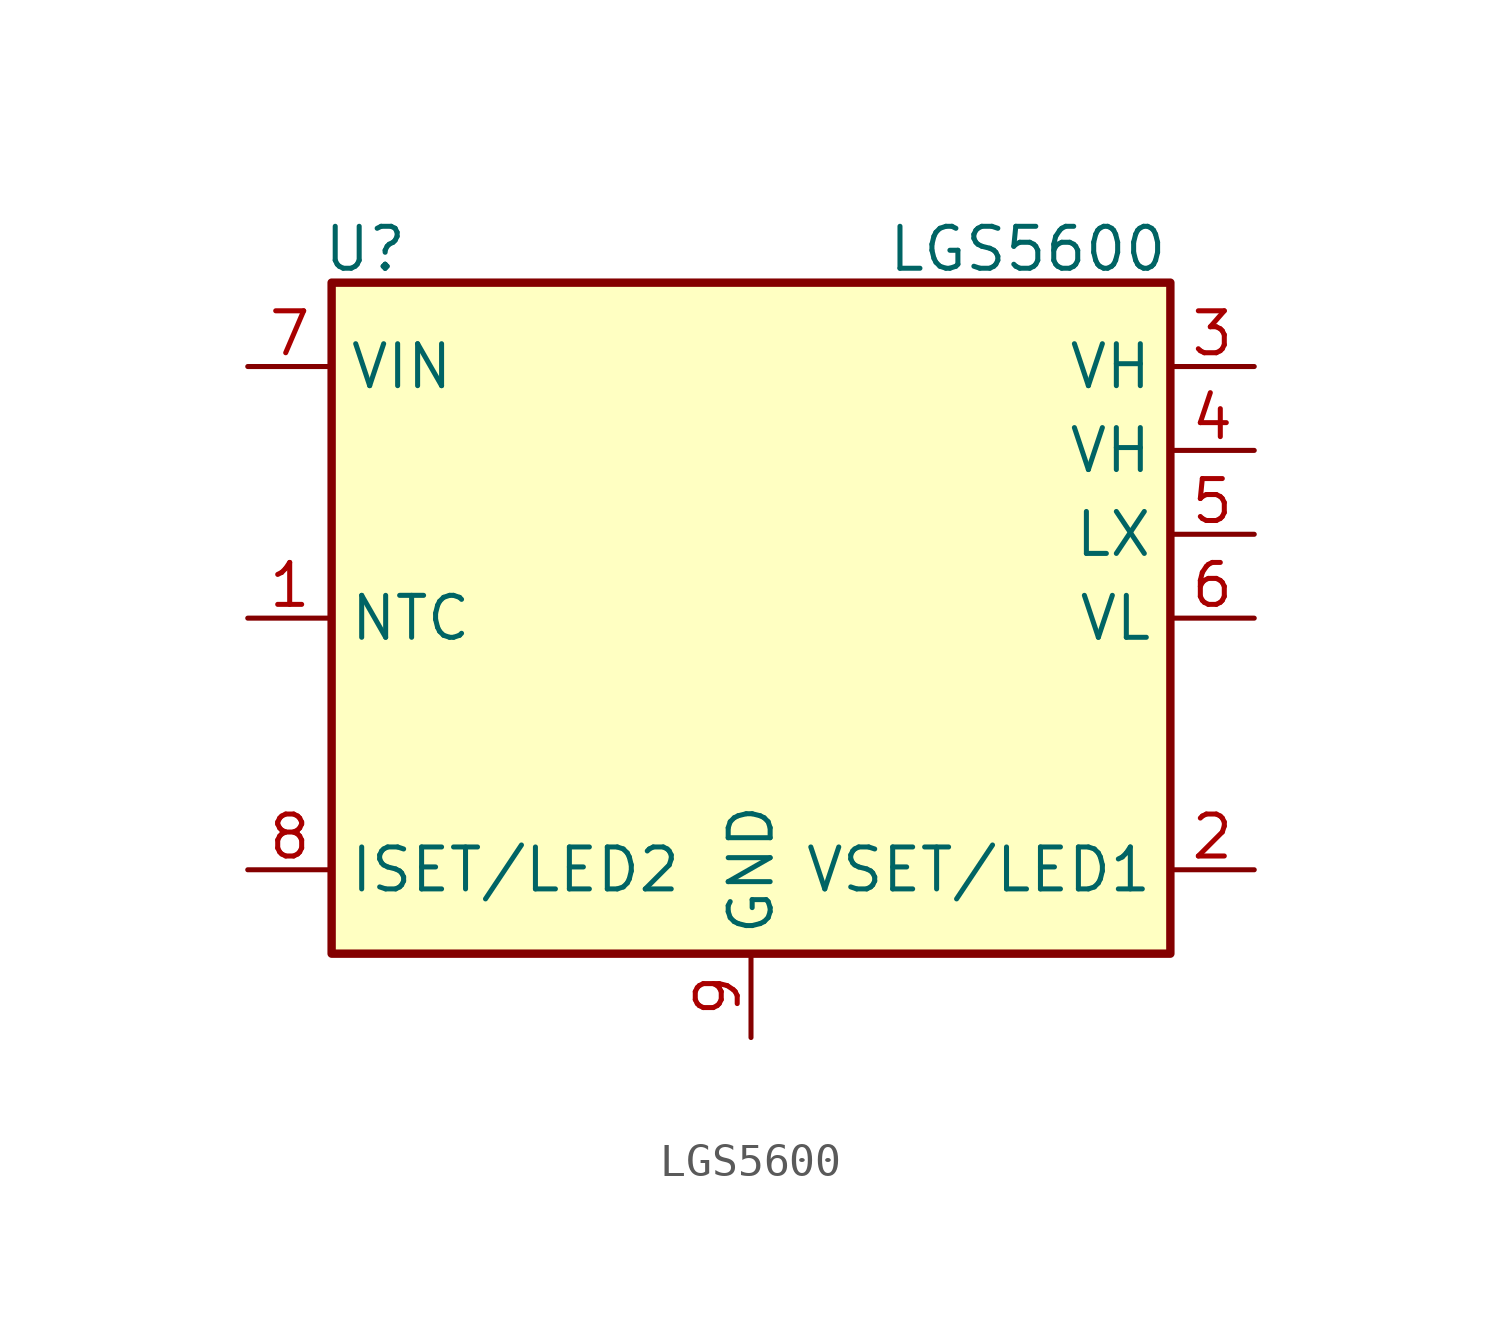
<source format=kicad_sym>
(kicad_symbol_lib
  (version 20241209)
  (generator "kicad_symbol_editor")
  (generator_version "9.0")
  (symbol "LGS5600"
    (property "Reference" "U"
      (at -11.684 11.176 0)
      (effects (font (size 1.27 1.27))))
    (property "Value" "LGS5600"
      (at 8.382 11.176 0)
      (effects (font (size 1.27 1.27))))
    (symbol "LGS5600_1_0"
      (pin power_out line (at 15.24 5.08 180) (length 2.54) (name "VH" (effects (font (size 1.27 1.27)))) (number "4" (effects (font (size 1.27 1.27))))))
    (symbol "LGS5600_1_1"
      (rectangle (start -12.7 10.16) (end 12.7 -10.16) (stroke (width 0.254) (type default)) (fill (type background)))
      (pin power_in line (at -15.24 7.62 0) (length 2.54) (name "VIN" (effects (font (size 1.27 1.27)))) (number "7" (effects (font (size 1.27 1.27)))))
      (pin input line (at -15.24 0 0) (length 2.54) (name "NTC" (effects (font (size 1.27 1.27)))) (number "1" (effects (font (size 1.27 1.27)))))
      (pin passive line (at -15.24 -7.62 0) (length 2.54) (name "ISET/LED2" (effects (font (size 1.27 1.27)))) (number "8" (effects (font (size 1.27 1.27)))))
      (pin power_in line (at 0 -12.7 90) (length 2.54) (name "GND" (effects (font (size 1.27 1.27)))) (number "9" (effects (font (size 1.27 1.27)))))
      (pin power_out line (at 15.24 7.62 180) (length 2.54) (name "VH" (effects (font (size 1.27 1.27)))) (number "3" (effects (font (size 1.27 1.27)))))
      (pin input line (at 15.24 2.54 180) (length 2.54) (name "LX" (effects (font (size 1.27 1.27)))) (number "5" (effects (font (size 1.27 1.27)))))
      (pin input line (at 15.24 0 180) (length 2.54) (name "VL" (effects (font (size 1.27 1.27)))) (number "6" (effects (font (size 1.27 1.27)))))
      (pin output line (at 15.24 -7.62 180) (length 2.54) (name "VSET/LED1" (effects (font (size 1.27 1.27)))) (number "2" (effects (font (size 1.27 1.27))))))))
</source>
